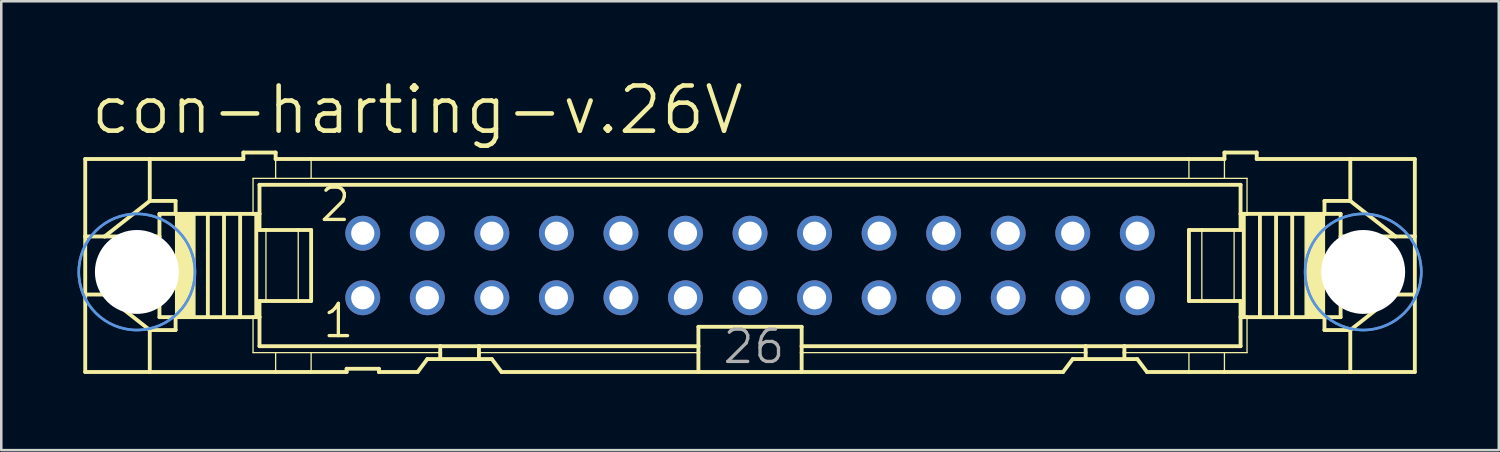
<source format=kicad_pcb>
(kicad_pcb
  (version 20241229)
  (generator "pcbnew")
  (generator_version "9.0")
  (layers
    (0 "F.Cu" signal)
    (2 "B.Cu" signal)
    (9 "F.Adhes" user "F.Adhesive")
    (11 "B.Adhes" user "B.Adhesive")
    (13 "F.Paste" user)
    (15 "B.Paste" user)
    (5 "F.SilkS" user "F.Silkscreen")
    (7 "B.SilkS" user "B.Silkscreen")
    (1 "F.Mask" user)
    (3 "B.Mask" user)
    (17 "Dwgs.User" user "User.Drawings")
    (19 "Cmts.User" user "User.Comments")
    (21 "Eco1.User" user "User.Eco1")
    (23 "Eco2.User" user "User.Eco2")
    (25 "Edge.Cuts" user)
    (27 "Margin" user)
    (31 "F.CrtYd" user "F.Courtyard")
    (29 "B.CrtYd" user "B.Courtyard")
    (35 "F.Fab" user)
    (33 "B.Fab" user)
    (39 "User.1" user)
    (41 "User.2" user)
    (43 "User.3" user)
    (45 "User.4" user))
  (footprint "con-harting-v.26V"
    (layer "F.Cu")
    (at 26.466 7.398)
    (property "Reference" "con-harting-v.26V" (at -26.035 -5.08 0) (layer "F.SilkS") (effects (font (size 1.778 1.778) (thickness 0.18)) (justify left bottom)))
    (attr through_hole)
    (fp_line (start -26.162 -4.191) (end -26.162 -1.143) (stroke (width 0.152) (type default)) (layer "F.SilkS"))
    (fp_line (start -26.162 -4.191) (end -23.622 -4.191) (stroke (width 0.152) (type default)) (layer "F.SilkS"))
    (fp_line (start -26.162 -1.143) (end -26.162 1.143) (stroke (width 0.152) (type default)) (layer "F.SilkS"))
    (fp_line (start -26.162 -1.143) (end -25.4 -1.143) (stroke (width 0.152) (type default)) (layer "F.SilkS"))
    (fp_line (start -26.162 1.143) (end -26.162 4.191) (stroke (width 0.152) (type default)) (layer "F.SilkS"))
    (fp_line (start -26.162 1.143) (end -25.4 1.143) (stroke (width 0.152) (type default)) (layer "F.SilkS"))
    (fp_line (start -25.4 -1.143) (end -23.241 -1.143) (stroke (width 0.152) (type default)) (layer "F.SilkS"))
    (fp_line (start -25.4 1.143) (end -23.241 1.143) (stroke (width 0.152) (type default)) (layer "F.SilkS"))
    (fp_line (start -23.622 -4.191) (end -23.622 -2.54) (stroke (width 0.152) (type default)) (layer "F.SilkS"))
    (fp_line (start -23.622 -2.54) (end -25.4 -1.143) (stroke (width 0.152) (type default)) (layer "F.SilkS"))
    (fp_line (start -23.622 2.54) (end -25.4 1.143) (stroke (width 0.152) (type default)) (layer "F.SilkS"))
    (fp_line (start -23.622 2.54) (end -23.622 4.191) (stroke (width 0.152) (type default)) (layer "F.SilkS"))
    (fp_line (start -23.622 4.191) (end -26.162 4.191) (stroke (width 0.152) (type default)) (layer "F.SilkS"))
    (fp_line (start -23.241 -1.143) (end -23.241 -2.032) (stroke (width 0.152) (type default)) (layer "F.SilkS"))
    (fp_line (start -23.241 1.143) (end -23.241 -1.143) (stroke (width 0.152) (type default)) (layer "F.SilkS"))
    (fp_line (start -23.241 2.032) (end -23.241 1.143) (stroke (width 0.152) (type default)) (layer "F.SilkS"))
    (fp_line (start -22.606 -2.54) (end -23.622 -2.54) (stroke (width 0.152) (type default)) (layer "F.SilkS"))
    (fp_line (start -22.606 -2.54) (end -22.606 -2.032) (stroke (width 0.152) (type default)) (layer "F.SilkS"))
    (fp_line (start -22.606 -2.032) (end -23.241 -2.032) (stroke (width 0.152) (type default)) (layer "F.SilkS"))
    (fp_line (start -22.606 2.032) (end -23.241 2.032) (stroke (width 0.152) (type default)) (layer "F.SilkS"))
    (fp_line (start -22.606 2.032) (end -22.606 2.54) (stroke (width 0.152) (type default)) (layer "F.SilkS"))
    (fp_line (start -22.606 2.54) (end -23.622 2.54) (stroke (width 0.152) (type default)) (layer "F.SilkS"))
    (fp_line (start -21.336 -2.032) (end -22.606 -2.032) (stroke (width 0.152) (type default)) (layer "F.SilkS"))
    (fp_line (start -21.336 2.032) (end -22.606 2.032) (stroke (width 0.152) (type default)) (layer "F.SilkS"))
    (fp_line (start -21.336 2.032) (end -21.336 -2.032) (stroke (width 0.152) (type default)) (layer "F.SilkS"))
    (fp_line (start -20.701 -2.032) (end -21.336 -2.032) (stroke (width 0.152) (type default)) (layer "F.SilkS"))
    (fp_line (start -20.701 2.032) (end -21.336 2.032) (stroke (width 0.152) (type default)) (layer "F.SilkS"))
    (fp_line (start -20.701 2.032) (end -20.701 -2.032) (stroke (width 0.152) (type default)) (layer "F.SilkS"))
    (fp_line (start -20.066 -2.032) (end -20.701 -2.032) (stroke (width 0.152) (type default)) (layer "F.SilkS"))
    (fp_line (start -20.066 2.032) (end -20.701 2.032) (stroke (width 0.152) (type default)) (layer "F.SilkS"))
    (fp_line (start -20.066 2.032) (end -20.066 -2.032) (stroke (width 0.152) (type default)) (layer "F.SilkS"))
    (fp_line (start -19.939 -4.445) (end -19.939 -4.191) (stroke (width 0.152) (type default)) (layer "F.SilkS"))
    (fp_line (start -19.939 -4.445) (end -18.669 -4.445) (stroke (width 0.152) (type default)) (layer "F.SilkS"))
    (fp_line (start -19.939 -4.191) (end -23.622 -4.191) (stroke (width 0.152) (type default)) (layer "F.SilkS"))
    (fp_line (start -19.558 -3.429) (end -19.558 -2.032) (stroke (width 0.051) (type default)) (layer "F.SilkS"))
    (fp_line (start -19.558 -2.032) (end -20.066 -2.032) (stroke (width 0.152) (type default)) (layer "F.SilkS"))
    (fp_line (start -19.558 2.032) (end -20.066 2.032) (stroke (width 0.152) (type default)) (layer "F.SilkS"))
    (fp_line (start -19.558 3.429) (end -19.558 2.032) (stroke (width 0.051) (type default)) (layer "F.SilkS"))
    (fp_line (start -19.431 -2.032) (end -19.558 -2.032) (stroke (width 0.152) (type default)) (layer "F.SilkS"))
    (fp_line (start -19.431 2.032) (end -19.558 2.032) (stroke (width 0.152) (type default)) (layer "F.SilkS"))
    (fp_line (start -19.431 2.032) (end -19.431 -2.032) (stroke (width 0.152) (type default)) (layer "F.SilkS"))
    (fp_line (start -19.304 -3.175) (end 19.304 -3.175) (stroke (width 0.152) (type default)) (layer "F.SilkS"))
    (fp_line (start -19.304 -2.032) (end -19.431 -2.032) (stroke (width 0.152) (type default)) (layer "F.SilkS"))
    (fp_line (start -19.304 -2.032) (end -19.304 -3.175) (stroke (width 0.152) (type default)) (layer "F.SilkS"))
    (fp_line (start -19.304 -1.397) (end -19.304 -2.032) (stroke (width 0.152) (type default)) (layer "F.SilkS"))
    (fp_line (start -19.304 -1.397) (end -19.05 -1.397) (stroke (width 0.152) (type default)) (layer "F.SilkS"))
    (fp_line (start -19.304 2.032) (end -19.431 2.032) (stroke (width 0.152) (type default)) (layer "F.SilkS"))
    (fp_line (start -19.304 2.032) (end -19.304 1.397) (stroke (width 0.152) (type default)) (layer "F.SilkS"))
    (fp_line (start -19.304 3.175) (end -19.304 2.032) (stroke (width 0.152) (type default)) (layer "F.SilkS"))
    (fp_line (start -19.05 -1.397) (end -17.78 -1.397) (stroke (width 0.152) (type default)) (layer "F.SilkS"))
    (fp_line (start -19.05 1.397) (end -19.304 1.397) (stroke (width 0.152) (type default)) (layer "F.SilkS"))
    (fp_line (start -19.05 1.397) (end -19.05 -1.397) (stroke (width 0.051) (type default)) (layer "F.SilkS"))
    (fp_line (start -18.669 -4.445) (end -18.669 -4.191) (stroke (width 0.152) (type default)) (layer "F.SilkS"))
    (fp_line (start -18.669 -3.429) (end -19.558 -3.429) (stroke (width 0.051) (type default)) (layer "F.SilkS"))
    (fp_line (start -18.669 -3.429) (end -18.669 -4.191) (stroke (width 0.051) (type default)) (layer "F.SilkS"))
    (fp_line (start -18.669 -3.429) (end -17.272 -3.429) (stroke (width 0.051) (type default)) (layer "F.SilkS"))
    (fp_line (start -18.669 3.429) (end -19.558 3.429) (stroke (width 0.051) (type default)) (layer "F.SilkS"))
    (fp_line (start -18.669 4.191) (end -23.622 4.191) (stroke (width 0.152) (type default)) (layer "F.SilkS"))
    (fp_line (start -18.669 4.191) (end -18.669 3.429) (stroke (width 0.051) (type default)) (layer "F.SilkS"))
    (fp_line (start -17.78 -1.397) (end -17.272 -1.397) (stroke (width 0.152) (type default)) (layer "F.SilkS"))
    (fp_line (start -17.78 1.397) (end -19.05 1.397) (stroke (width 0.152) (type default)) (layer "F.SilkS"))
    (fp_line (start -17.78 1.397) (end -17.78 -1.397) (stroke (width 0.051) (type default)) (layer "F.SilkS"))
    (fp_line (start -17.272 -4.191) (end -18.669 -4.191) (stroke (width 0.152) (type default)) (layer "F.SilkS"))
    (fp_line (start -17.272 -4.191) (end 17.272 -4.191) (stroke (width 0.152) (type default)) (layer "F.SilkS"))
    (fp_line (start -17.272 -3.429) (end -17.272 -4.191) (stroke (width 0.051) (type default)) (layer "F.SilkS"))
    (fp_line (start -17.272 -3.429) (end 17.272 -3.429) (stroke (width 0.051) (type default)) (layer "F.SilkS"))
    (fp_line (start -17.272 1.397) (end -17.78 1.397) (stroke (width 0.152) (type default)) (layer "F.SilkS"))
    (fp_line (start -17.272 1.397) (end -17.272 -1.397) (stroke (width 0.152) (type default)) (layer "F.SilkS"))
    (fp_line (start -17.272 3.429) (end -18.669 3.429) (stroke (width 0.051) (type default)) (layer "F.SilkS"))
    (fp_line (start -17.272 4.191) (end -18.669 4.191) (stroke (width 0.152) (type default)) (layer "F.SilkS"))
    (fp_line (start -17.272 4.191) (end -17.272 3.429) (stroke (width 0.051) (type default)) (layer "F.SilkS"))
    (fp_line (start -15.875 4.191) (end -17.272 4.191) (stroke (width 0.152) (type default)) (layer "F.SilkS"))
    (fp_line (start -15.875 4.191) (end -15.875 4.064) (stroke (width 0.152) (type default)) (layer "F.SilkS"))
    (fp_line (start -14.605 4.064) (end -15.875 4.064) (stroke (width 0.152) (type default)) (layer "F.SilkS"))
    (fp_line (start -14.605 4.064) (end -14.605 4.191) (stroke (width 0.152) (type default)) (layer "F.SilkS"))
    (fp_line (start -13.081 4.191) (end -14.605 4.191) (stroke (width 0.152) (type default)) (layer "F.SilkS"))
    (fp_line (start -13.081 4.191) (end -12.7 3.683) (stroke (width 0.152) (type default)) (layer "F.SilkS"))
    (fp_line (start -12.192 3.175) (end -19.304 3.175) (stroke (width 0.152) (type default)) (layer "F.SilkS"))
    (fp_line (start -12.192 3.175) (end -12.192 3.429) (stroke (width 0.152) (type default)) (layer "F.SilkS"))
    (fp_line (start -12.192 3.429) (end -17.272 3.429) (stroke (width 0.051) (type default)) (layer "F.SilkS"))
    (fp_line (start -12.192 3.429) (end -12.192 3.683) (stroke (width 0.152) (type default)) (layer "F.SilkS"))
    (fp_line (start -12.192 3.683) (end -12.7 3.683) (stroke (width 0.152) (type default)) (layer "F.SilkS"))
    (fp_line (start -10.668 3.175) (end -12.192 3.175) (stroke (width 0.152) (type default)) (layer "F.SilkS"))
    (fp_line (start -10.668 3.175) (end -10.668 3.429) (stroke (width 0.152) (type default)) (layer "F.SilkS"))
    (fp_line (start -10.668 3.429) (end -10.668 3.683) (stroke (width 0.152) (type default)) (layer "F.SilkS"))
    (fp_line (start -10.668 3.683) (end -12.192 3.683) (stroke (width 0.152) (type default)) (layer "F.SilkS"))
    (fp_line (start -10.16 3.683) (end -10.668 3.683) (stroke (width 0.152) (type default)) (layer "F.SilkS"))
    (fp_line (start -10.16 3.683) (end -9.779 4.191) (stroke (width 0.152) (type default)) (layer "F.SilkS"))
    (fp_line (start -2.032 3.175) (end -10.668 3.175) (stroke (width 0.152) (type default)) (layer "F.SilkS"))
    (fp_line (start -2.032 3.175) (end -2.032 2.413) (stroke (width 0.152) (type default)) (layer "F.SilkS"))
    (fp_line (start -2.032 3.175) (end -2.032 3.429) (stroke (width 0.152) (type default)) (layer "F.SilkS"))
    (fp_line (start -2.032 3.429) (end -10.668 3.429) (stroke (width 0.051) (type default)) (layer "F.SilkS"))
    (fp_line (start -2.032 3.429) (end -2.032 4.191) (stroke (width 0.152) (type default)) (layer "F.SilkS"))
    (fp_line (start -2.032 4.191) (end -9.779 4.191) (stroke (width 0.152) (type default)) (layer "F.SilkS"))
    (fp_line (start 2.032 2.413) (end -2.032 2.413) (stroke (width 0.152) (type default)) (layer "F.SilkS"))
    (fp_line (start 2.032 2.413) (end 2.032 3.175) (stroke (width 0.152) (type default)) (layer "F.SilkS"))
    (fp_line (start 2.032 3.175) (end 2.032 3.429) (stroke (width 0.152) (type default)) (layer "F.SilkS"))
    (fp_line (start 2.032 3.429) (end 2.032 4.191) (stroke (width 0.152) (type default)) (layer "F.SilkS"))
    (fp_line (start 2.032 4.191) (end -2.032 4.191) (stroke (width 0.152) (type default)) (layer "F.SilkS"))
    (fp_line (start 12.319 4.191) (end 2.032 4.191) (stroke (width 0.152) (type default)) (layer "F.SilkS"))
    (fp_line (start 12.319 4.191) (end 12.7 3.683) (stroke (width 0.152) (type default)) (layer "F.SilkS"))
    (fp_line (start 13.208 3.175) (end 2.032 3.175) (stroke (width 0.152) (type default)) (layer "F.SilkS"))
    (fp_line (start 13.208 3.175) (end 13.208 3.429) (stroke (width 0.152) (type default)) (layer "F.SilkS"))
    (fp_line (start 13.208 3.429) (end 2.032 3.429) (stroke (width 0.051) (type default)) (layer "F.SilkS"))
    (fp_line (start 13.208 3.429) (end 13.208 3.683) (stroke (width 0.152) (type default)) (layer "F.SilkS"))
    (fp_line (start 13.208 3.683) (end 12.7 3.683) (stroke (width 0.152) (type default)) (layer "F.SilkS"))
    (fp_line (start 14.732 3.175) (end 13.208 3.175) (stroke (width 0.152) (type default)) (layer "F.SilkS"))
    (fp_line (start 14.732 3.175) (end 14.732 3.429) (stroke (width 0.152) (type default)) (layer "F.SilkS"))
    (fp_line (start 14.732 3.429) (end 14.732 3.683) (stroke (width 0.152) (type default)) (layer "F.SilkS"))
    (fp_line (start 14.732 3.429) (end 17.272 3.429) (stroke (width 0.051) (type default)) (layer "F.SilkS"))
    (fp_line (start 14.732 3.683) (end 13.208 3.683) (stroke (width 0.152) (type default)) (layer "F.SilkS"))
    (fp_line (start 15.24 3.683) (end 14.732 3.683) (stroke (width 0.152) (type default)) (layer "F.SilkS"))
    (fp_line (start 15.24 3.683) (end 15.621 4.191) (stroke (width 0.152) (type default)) (layer "F.SilkS"))
    (fp_line (start 17.272 -4.191) (end 17.272 -3.429) (stroke (width 0.051) (type default)) (layer "F.SilkS"))
    (fp_line (start 17.272 -4.191) (end 18.669 -4.191) (stroke (width 0.152) (type default)) (layer "F.SilkS"))
    (fp_line (start 17.272 -1.397) (end 17.272 1.397) (stroke (width 0.152) (type default)) (layer "F.SilkS"))
    (fp_line (start 17.272 -1.397) (end 17.78 -1.397) (stroke (width 0.152) (type default)) (layer "F.SilkS"))
    (fp_line (start 17.272 3.429) (end 17.272 4.191) (stroke (width 0.051) (type default)) (layer "F.SilkS"))
    (fp_line (start 17.272 3.429) (end 18.669 3.429) (stroke (width 0.051) (type default)) (layer "F.SilkS"))
    (fp_line (start 17.272 4.191) (end 15.621 4.191) (stroke (width 0.152) (type default)) (layer "F.SilkS"))
    (fp_line (start 17.78 -1.397) (end 17.78 1.397) (stroke (width 0.051) (type default)) (layer "F.SilkS"))
    (fp_line (start 17.78 -1.397) (end 19.05 -1.397) (stroke (width 0.152) (type default)) (layer "F.SilkS"))
    (fp_line (start 17.78 1.397) (end 17.272 1.397) (stroke (width 0.152) (type default)) (layer "F.SilkS"))
    (fp_line (start 18.669 -4.191) (end 18.669 -4.445) (stroke (width 0.152) (type default)) (layer "F.SilkS"))
    (fp_line (start 18.669 -4.191) (end 18.669 -3.429) (stroke (width 0.051) (type default)) (layer "F.SilkS"))
    (fp_line (start 18.669 -3.429) (end 17.272 -3.429) (stroke (width 0.051) (type default)) (layer "F.SilkS"))
    (fp_line (start 18.669 -3.429) (end 19.558 -3.429) (stroke (width 0.051) (type default)) (layer "F.SilkS"))
    (fp_line (start 18.669 3.429) (end 18.669 4.191) (stroke (width 0.051) (type default)) (layer "F.SilkS"))
    (fp_line (start 18.669 3.429) (end 19.558 3.429) (stroke (width 0.051) (type default)) (layer "F.SilkS"))
    (fp_line (start 18.669 4.191) (end 17.272 4.191) (stroke (width 0.152) (type default)) (layer "F.SilkS"))
    (fp_line (start 19.05 -1.397) (end 19.05 1.397) (stroke (width 0.051) (type default)) (layer "F.SilkS"))
    (fp_line (start 19.05 -1.397) (end 19.304 -1.397) (stroke (width 0.152) (type default)) (layer "F.SilkS"))
    (fp_line (start 19.05 1.397) (end 17.78 1.397) (stroke (width 0.152) (type default)) (layer "F.SilkS"))
    (fp_line (start 19.304 -3.175) (end 19.304 -2.032) (stroke (width 0.152) (type default)) (layer "F.SilkS"))
    (fp_line (start 19.304 -2.032) (end 19.304 -1.397) (stroke (width 0.152) (type default)) (layer "F.SilkS"))
    (fp_line (start 19.304 -2.032) (end 19.431 -2.032) (stroke (width 0.152) (type default)) (layer "F.SilkS"))
    (fp_line (start 19.304 1.397) (end 19.05 1.397) (stroke (width 0.152) (type default)) (layer "F.SilkS"))
    (fp_line (start 19.304 1.397) (end 19.304 2.032) (stroke (width 0.152) (type default)) (layer "F.SilkS"))
    (fp_line (start 19.304 2.032) (end 19.304 3.175) (stroke (width 0.152) (type default)) (layer "F.SilkS"))
    (fp_line (start 19.304 2.032) (end 19.431 2.032) (stroke (width 0.152) (type default)) (layer "F.SilkS"))
    (fp_line (start 19.304 3.175) (end 14.732 3.175) (stroke (width 0.152) (type default)) (layer "F.SilkS"))
    (fp_line (start 19.431 -2.032) (end 19.431 2.032) (stroke (width 0.152) (type default)) (layer "F.SilkS"))
    (fp_line (start 19.431 -2.032) (end 19.558 -2.032) (stroke (width 0.152) (type default)) (layer "F.SilkS"))
    (fp_line (start 19.431 2.032) (end 19.558 2.032) (stroke (width 0.152) (type default)) (layer "F.SilkS"))
    (fp_line (start 19.558 -3.429) (end 19.558 -2.032) (stroke (width 0.051) (type default)) (layer "F.SilkS"))
    (fp_line (start 19.558 -2.032) (end 20.066 -2.032) (stroke (width 0.152) (type default)) (layer "F.SilkS"))
    (fp_line (start 19.558 2.032) (end 20.066 2.032) (stroke (width 0.152) (type default)) (layer "F.SilkS"))
    (fp_line (start 19.558 3.429) (end 19.558 2.032) (stroke (width 0.051) (type default)) (layer "F.SilkS"))
    (fp_line (start 19.939 -4.445) (end 18.669 -4.445) (stroke (width 0.152) (type default)) (layer "F.SilkS"))
    (fp_line (start 19.939 -4.191) (end 19.939 -4.445) (stroke (width 0.152) (type default)) (layer "F.SilkS"))
    (fp_line (start 19.939 -4.191) (end 23.622 -4.191) (stroke (width 0.152) (type default)) (layer "F.SilkS"))
    (fp_line (start 20.066 -2.032) (end 20.066 2.032) (stroke (width 0.152) (type default)) (layer "F.SilkS"))
    (fp_line (start 20.066 -2.032) (end 20.701 -2.032) (stroke (width 0.152) (type default)) (layer "F.SilkS"))
    (fp_line (start 20.066 2.032) (end 20.701 2.032) (stroke (width 0.152) (type default)) (layer "F.SilkS"))
    (fp_line (start 20.701 -2.032) (end 20.701 2.032) (stroke (width 0.152) (type default)) (layer "F.SilkS"))
    (fp_line (start 20.701 -2.032) (end 21.336 -2.032) (stroke (width 0.152) (type default)) (layer "F.SilkS"))
    (fp_line (start 20.701 2.032) (end 21.336 2.032) (stroke (width 0.152) (type default)) (layer "F.SilkS"))
    (fp_line (start 21.336 -2.032) (end 21.336 2.032) (stroke (width 0.152) (type default)) (layer "F.SilkS"))
    (fp_line (start 21.336 -2.032) (end 22.606 -2.032) (stroke (width 0.152) (type default)) (layer "F.SilkS"))
    (fp_line (start 21.336 2.032) (end 22.606 2.032) (stroke (width 0.152) (type default)) (layer "F.SilkS"))
    (fp_line (start 22.606 -2.54) (end 23.622 -2.54) (stroke (width 0.152) (type default)) (layer "F.SilkS"))
    (fp_line (start 22.606 -2.032) (end 22.606 -2.54) (stroke (width 0.152) (type default)) (layer "F.SilkS"))
    (fp_line (start 22.606 -2.032) (end 23.241 -2.032) (stroke (width 0.152) (type default)) (layer "F.SilkS"))
    (fp_line (start 22.606 2.032) (end 23.241 2.032) (stroke (width 0.152) (type default)) (layer "F.SilkS"))
    (fp_line (start 22.606 2.54) (end 22.606 2.032) (stroke (width 0.152) (type default)) (layer "F.SilkS"))
    (fp_line (start 22.606 2.54) (end 23.622 2.54) (stroke (width 0.152) (type default)) (layer "F.SilkS"))
    (fp_line (start 23.241 -2.032) (end 23.241 -1.143) (stroke (width 0.152) (type default)) (layer "F.SilkS"))
    (fp_line (start 23.241 -1.143) (end 23.241 1.143) (stroke (width 0.152) (type default)) (layer "F.SilkS"))
    (fp_line (start 23.241 1.143) (end 23.241 2.032) (stroke (width 0.152) (type default)) (layer "F.SilkS"))
    (fp_line (start 23.622 -4.191) (end 26.162 -4.191) (stroke (width 0.152) (type default)) (layer "F.SilkS"))
    (fp_line (start 23.622 -2.54) (end 23.622 -4.191) (stroke (width 0.152) (type default)) (layer "F.SilkS"))
    (fp_line (start 23.622 -2.54) (end 25.4 -1.143) (stroke (width 0.152) (type default)) (layer "F.SilkS"))
    (fp_line (start 23.622 2.54) (end 25.4 1.143) (stroke (width 0.152) (type default)) (layer "F.SilkS"))
    (fp_line (start 23.622 4.191) (end 18.669 4.191) (stroke (width 0.152) (type default)) (layer "F.SilkS"))
    (fp_line (start 23.622 4.191) (end 23.622 2.54) (stroke (width 0.152) (type default)) (layer "F.SilkS"))
    (fp_line (start 25.4 -1.143) (end 23.241 -1.143) (stroke (width 0.152) (type default)) (layer "F.SilkS"))
    (fp_line (start 25.4 1.143) (end 23.241 1.143) (stroke (width 0.152) (type default)) (layer "F.SilkS"))
    (fp_line (start 26.162 -1.143) (end 25.4 -1.143) (stroke (width 0.152) (type default)) (layer "F.SilkS"))
    (fp_line (start 26.162 -1.143) (end 26.162 -4.191) (stroke (width 0.152) (type default)) (layer "F.SilkS"))
    (fp_line (start 26.162 1.143) (end 25.4 1.143) (stroke (width 0.152) (type default)) (layer "F.SilkS"))
    (fp_line (start 26.162 1.143) (end 26.162 -1.143) (stroke (width 0.152) (type default)) (layer "F.SilkS"))
    (fp_line (start 26.162 4.191) (end 23.622 4.191) (stroke (width 0.152) (type default)) (layer "F.SilkS"))
    (fp_line (start 26.162 4.191) (end 26.162 1.143) (stroke (width 0.152) (type default)) (layer "F.SilkS"))
    (fp_rect (start -22.606 2.032) (end -21.844 -2.032) (stroke (width 0.05) (type default)) (fill yes) (layer "F.SilkS"))
    (fp_rect (start 21.844 2.032) (end 22.606 -2.032) (stroke (width 0.05) (type default)) (fill yes) (layer "F.SilkS"))
    (fp_circle (center -24.13 0.254) (end -21.844 0.254) (stroke (width 0.1) (type default)) (fill no) (layer "Cmts.User"))
    (fp_circle (center -24.13 0.254) (end -21.844 0.254) (stroke (width 0.1) (type default)) (fill no) (layer "Cmts.User"))
    (fp_circle (center 24.13 0.254) (end 26.416 0.254) (stroke (width 0.1) (type default)) (fill no) (layer "Cmts.User"))
    (fp_circle (center 24.13 0.254) (end 26.416 0.254) (stroke (width 0.1) (type default)) (fill no) (layer "Cmts.User"))
    (fp_rect (start -25.4 0.381) (end -23.622 -0.381) (stroke (width 0.05) (type default)) (fill no) (layer "F.Fab"))
    (fp_rect (start -15.494 -1.016) (end -14.986 -1.524) (stroke (width 0.05) (type default)) (fill no) (layer "F.Fab"))
    (fp_rect (start -15.494 1.524) (end -14.986 1.016) (stroke (width 0.05) (type default)) (fill no) (layer "F.Fab"))
    (fp_rect (start -12.954 -1.016) (end -12.446 -1.524) (stroke (width 0.05) (type default)) (fill no) (layer "F.Fab"))
    (fp_rect (start -12.954 1.524) (end -12.446 1.016) (stroke (width 0.05) (type default)) (fill no) (layer "F.Fab"))
    (fp_rect (start -10.414 -1.016) (end -9.906 -1.524) (stroke (width 0.05) (type default)) (fill no) (layer "F.Fab"))
    (fp_rect (start -10.414 1.524) (end -9.906 1.016) (stroke (width 0.05) (type default)) (fill no) (layer "F.Fab"))
    (fp_rect (start -7.874 -1.016) (end -7.366 -1.524) (stroke (width 0.05) (type default)) (fill no) (layer "F.Fab"))
    (fp_rect (start -7.874 1.524) (end -7.366 1.016) (stroke (width 0.05) (type default)) (fill no) (layer "F.Fab"))
    (fp_rect (start -5.334 -1.016) (end -4.826 -1.524) (stroke (width 0.05) (type default)) (fill no) (layer "F.Fab"))
    (fp_rect (start -5.334 1.524) (end -4.826 1.016) (stroke (width 0.05) (type default)) (fill no) (layer "F.Fab"))
    (fp_rect (start -2.794 -1.016) (end -2.286 -1.524) (stroke (width 0.05) (type default)) (fill no) (layer "F.Fab"))
    (fp_rect (start -2.794 1.524) (end -2.286 1.016) (stroke (width 0.05) (type default)) (fill no) (layer "F.Fab"))
    (fp_rect (start -0.254 -1.016) (end 0.254 -1.524) (stroke (width 0.05) (type default)) (fill no) (layer "F.Fab"))
    (fp_rect (start -0.254 1.524) (end 0.254 1.016) (stroke (width 0.05) (type default)) (fill no) (layer "F.Fab"))
    (fp_rect (start 2.286 -1.016) (end 2.794 -1.524) (stroke (width 0.05) (type default)) (fill no) (layer "F.Fab"))
    (fp_rect (start 2.286 1.524) (end 2.794 1.016) (stroke (width 0.05) (type default)) (fill no) (layer "F.Fab"))
    (fp_rect (start 4.826 -1.016) (end 5.334 -1.524) (stroke (width 0.05) (type default)) (fill no) (layer "F.Fab"))
    (fp_rect (start 4.826 1.524) (end 5.334 1.016) (stroke (width 0.05) (type default)) (fill no) (layer "F.Fab"))
    (fp_rect (start 7.366 -1.016) (end 7.874 -1.524) (stroke (width 0.05) (type default)) (fill no) (layer "F.Fab"))
    (fp_rect (start 7.366 1.524) (end 7.874 1.016) (stroke (width 0.05) (type default)) (fill no) (layer "F.Fab"))
    (fp_rect (start 9.906 -1.016) (end 10.414 -1.524) (stroke (width 0.05) (type default)) (fill no) (layer "F.Fab"))
    (fp_rect (start 9.906 1.524) (end 10.414 1.016) (stroke (width 0.05) (type default)) (fill no) (layer "F.Fab"))
    (fp_rect (start 12.446 -1.016) (end 12.954 -1.524) (stroke (width 0.05) (type default)) (fill no) (layer "F.Fab"))
    (fp_rect (start 12.446 1.524) (end 12.954 1.016) (stroke (width 0.05) (type default)) (fill no) (layer "F.Fab"))
    (fp_rect (start 14.986 -1.016) (end 15.494 -1.524) (stroke (width 0.05) (type default)) (fill no) (layer "F.Fab"))
    (fp_rect (start 14.986 1.524) (end 15.494 1.016) (stroke (width 0.05) (type default)) (fill no) (layer "F.Fab"))
    (fp_rect (start 23.622 0.381) (end 25.4 -0.381) (stroke (width 0.05) (type default)) (fill no) (layer "F.Fab"))
    (fp_text user "1" (at -16.891 2.921 0) (layer "F.SilkS") (effects (font (size 1.27 1.27) (thickness 0.13)) (justify left bottom)))
    (fp_text user "2" (at -17.018 -1.651 0) (layer "F.SilkS") (effects (font (size 1.27 1.27) (thickness 0.13)) (justify left bottom)))
    (fp_text user "26" (at -1.143 3.937 0) (layer "F.Fab") (effects (font (size 1.27 1.27) (thickness 0.13)) (justify left bottom)))
    (pad "" np_thru_hole circle (at -24.13 0.254) (size 3.302 3.302) (drill 3.302) (layers "*.Cu" "*.Mask"))
    (pad "" np_thru_hole circle (at 24.13 0.254) (size 3.302 3.302) (drill 3.302) (layers "*.Cu" "*.Mask"))
    (pad "1" thru_hole circle (at -15.24 1.27) (size 1.372 1.372) (drill 0.914) (layers "*.Cu" "*.Mask"))
    (pad "2" thru_hole circle (at -15.24 -1.27) (size 1.372 1.372) (drill 0.914) (layers "*.Cu" "*.Mask"))
    (pad "3" thru_hole circle (at -12.7 1.27) (size 1.372 1.372) (drill 0.914) (layers "*.Cu" "*.Mask"))
    (pad "4" thru_hole circle (at -12.7 -1.27) (size 1.372 1.372) (drill 0.914) (layers "*.Cu" "*.Mask"))
    (pad "5" thru_hole circle (at -10.16 1.27) (size 1.372 1.372) (drill 0.914) (layers "*.Cu" "*.Mask"))
    (pad "6" thru_hole circle (at -10.16 -1.27) (size 1.372 1.372) (drill 0.914) (layers "*.Cu" "*.Mask"))
    (pad "7" thru_hole circle (at -7.62 1.27) (size 1.372 1.372) (drill 0.914) (layers "*.Cu" "*.Mask"))
    (pad "8" thru_hole circle (at -7.62 -1.27) (size 1.372 1.372) (drill 0.914) (layers "*.Cu" "*.Mask"))
    (pad "9" thru_hole circle (at -5.08 1.27) (size 1.372 1.372) (drill 0.914) (layers "*.Cu" "*.Mask"))
    (pad "10" thru_hole circle (at -5.08 -1.27) (size 1.372 1.372) (drill 0.914) (layers "*.Cu" "*.Mask"))
    (pad "11" thru_hole circle (at -2.54 1.27) (size 1.372 1.372) (drill 0.914) (layers "*.Cu" "*.Mask"))
    (pad "12" thru_hole circle (at -2.54 -1.27) (size 1.372 1.372) (drill 0.914) (layers "*.Cu" "*.Mask"))
    (pad "13" thru_hole circle (at 0 1.27) (size 1.372 1.372) (drill 0.914) (layers "*.Cu" "*.Mask"))
    (pad "14" thru_hole circle (at 0 -1.27) (size 1.372 1.372) (drill 0.914) (layers "*.Cu" "*.Mask"))
    (pad "15" thru_hole circle (at 2.54 1.27) (size 1.372 1.372) (drill 0.914) (layers "*.Cu" "*.Mask"))
    (pad "16" thru_hole circle (at 2.54 -1.27) (size 1.372 1.372) (drill 0.914) (layers "*.Cu" "*.Mask"))
    (pad "17" thru_hole circle (at 5.08 1.27) (size 1.372 1.372) (drill 0.914) (layers "*.Cu" "*.Mask"))
    (pad "18" thru_hole circle (at 5.08 -1.27) (size 1.372 1.372) (drill 0.914) (layers "*.Cu" "*.Mask"))
    (pad "19" thru_hole circle (at 7.62 1.27) (size 1.372 1.372) (drill 0.914) (layers "*.Cu" "*.Mask"))
    (pad "20" thru_hole circle (at 7.62 -1.27) (size 1.372 1.372) (drill 0.914) (layers "*.Cu" "*.Mask"))
    (pad "21" thru_hole circle (at 10.16 1.27) (size 1.372 1.372) (drill 0.914) (layers "*.Cu" "*.Mask"))
    (pad "22" thru_hole circle (at 10.16 -1.27) (size 1.372 1.372) (drill 0.914) (layers "*.Cu" "*.Mask"))
    (pad "23" thru_hole circle (at 12.7 1.27) (size 1.372 1.372) (drill 0.914) (layers "*.Cu" "*.Mask"))
    (pad "24" thru_hole circle (at 12.7 -1.27) (size 1.372 1.372) (drill 0.914) (layers "*.Cu" "*.Mask"))
    (pad "25" thru_hole circle (at 15.24 1.27) (size 1.372 1.372) (drill 0.914) (layers "*.Cu" "*.Mask"))
    (pad "26" thru_hole circle (at 15.24 -1.27) (size 1.372 1.372) (drill 0.914) (layers "*.Cu" "*.Mask")))
  (gr_rect
    (start -3 -3)
    (end 55.932 14.665)
    (stroke (width 0.1) (type default))
    (fill no)
    (layer "Edge.Cuts")))
</source>
